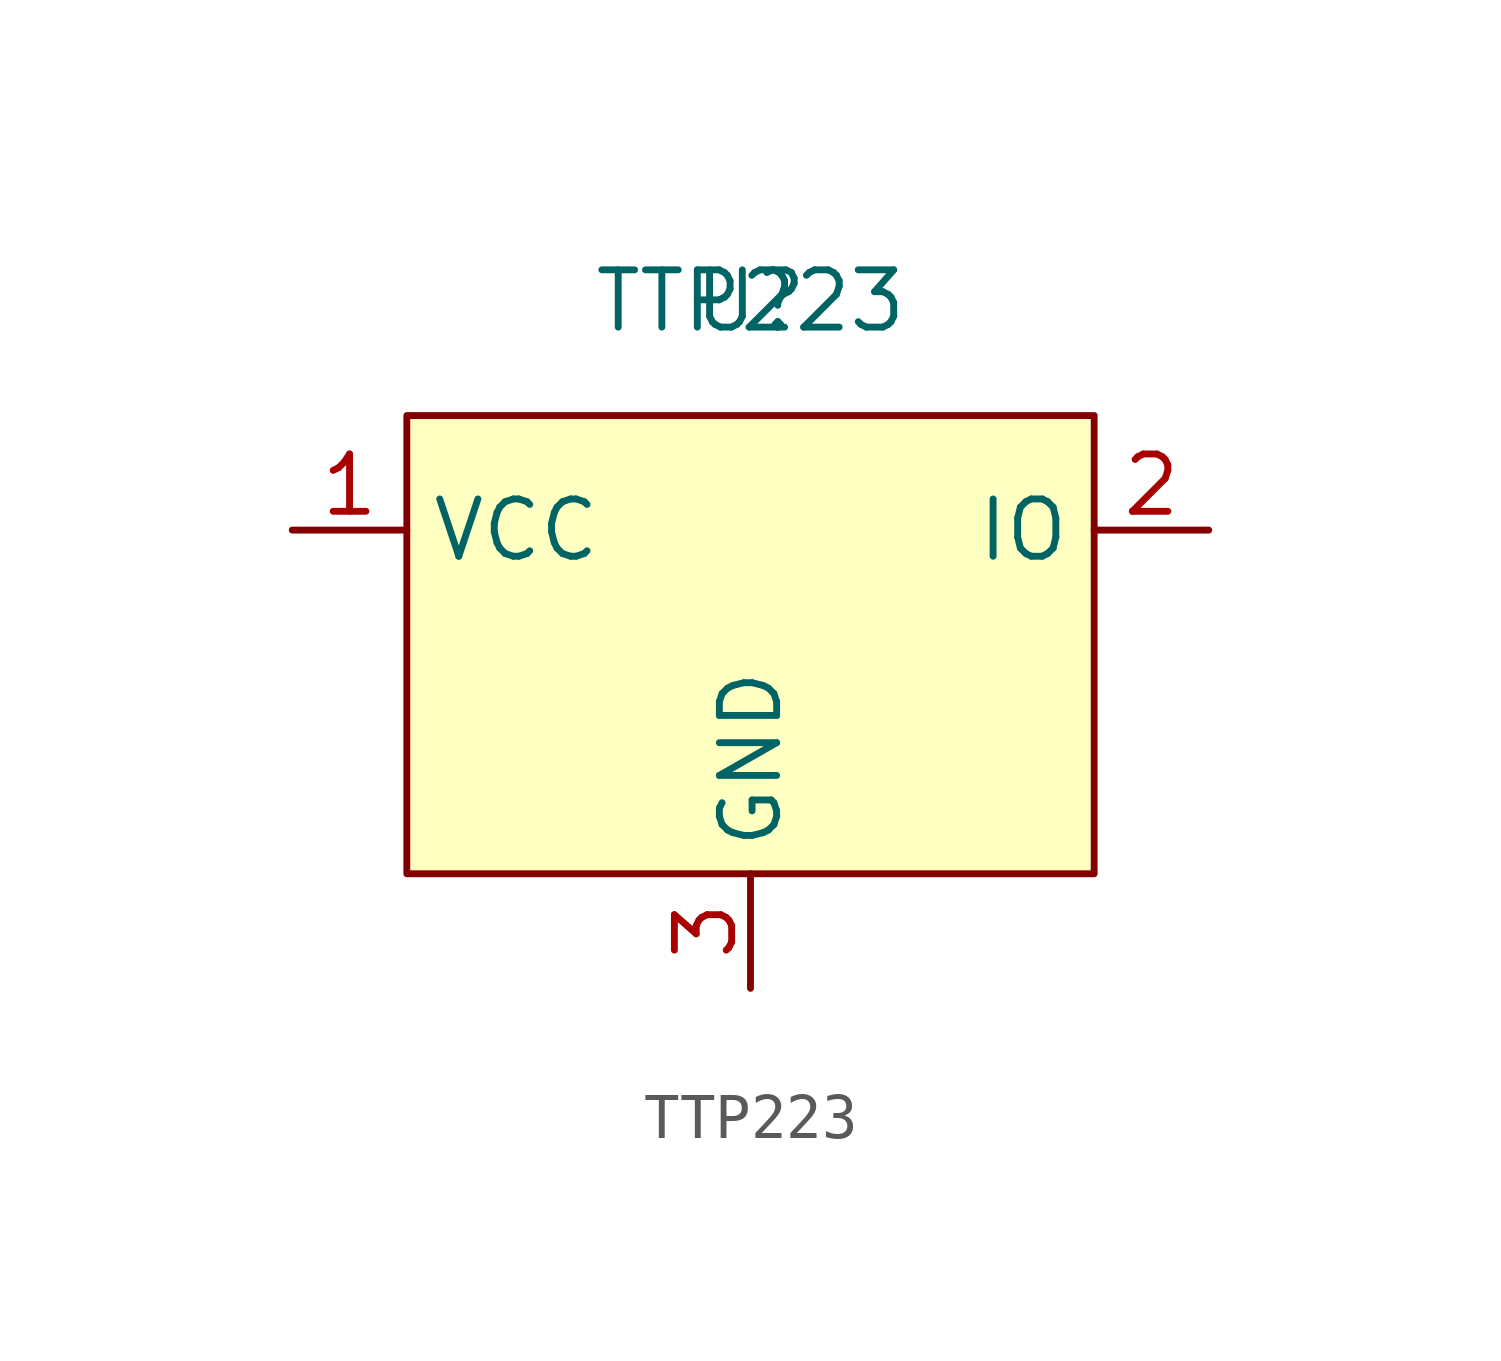
<source format=kicad_sym>
(kicad_symbol_lib
  (version 20211014)
  (generator kicad_symbol_editor)
  (symbol "TTP223"
    (property "Reference" "U"
      (at 0 7.62 0)
      (effects (font (size 1.27 1.27))))
    (property "Value" "TTP223"
      (at 0 7.62 0)
      (effects (font (size 1.27 1.27))))
    (symbol "TTP223_0_1"
      (rectangle (start -7.62 5.08) (end 7.62 -5.08) (stroke (width 0) (type default) (color 0 0 0 0)) (fill (type background))))
    (symbol "TTP223_1_1"
      (pin power_in line (at -10.16 2.54 0) (length 2.54) (name "VCC" (effects (font (size 1.27 1.27)))) (number "1" (effects (font (size 1.27 1.27)))))
      (pin output line (at 10.16 2.54 180) (length 2.54) (name "IO" (effects (font (size 1.27 1.27)))) (number "2" (effects (font (size 1.27 1.27)))))
      (pin output line (at 0 -7.62 90) (length 2.54) (name "GND" (effects (font (size 1.27 1.27)))) (number "3" (effects (font (size 1.27 1.27))))))))
</source>
